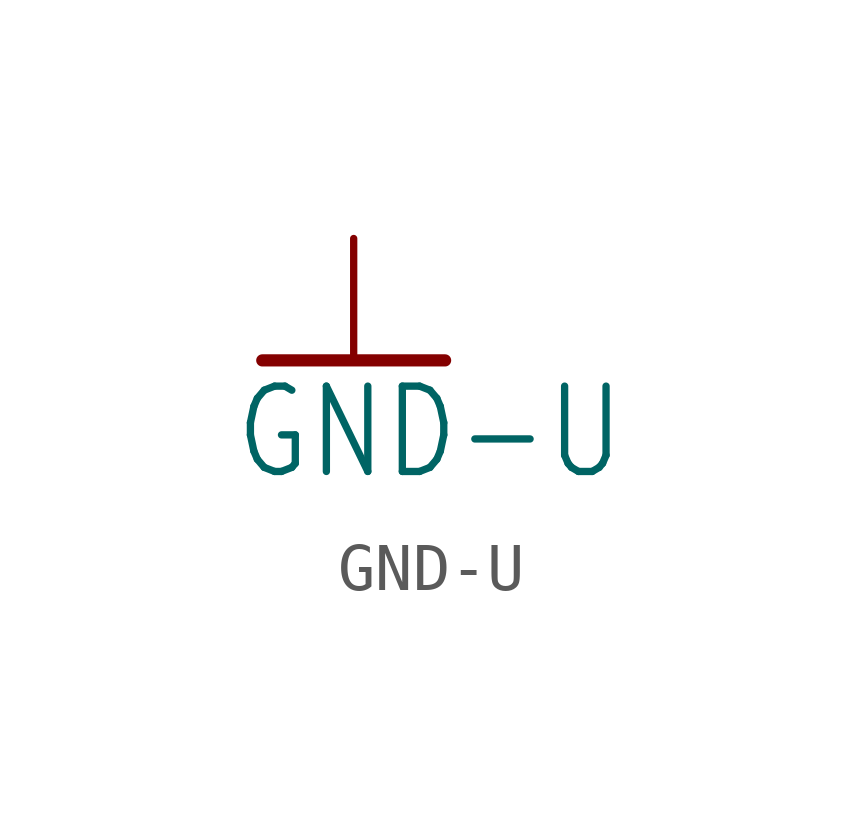
<source format=kicad_sym>
(kicad_symbol_lib
  (version 20211014)
  (generator kicad_symbol_editor)
  (symbol "GND-U"
    (power)
    (property "Reference" "#GND-U"
      (at 0 0 0)
      (effects (font (size 1.27 1.27)) hide))
    (property "Value" "GND-U"
      (at -2.54 -2.54 0)
      (effects (font (size 1.778 1.511)) (justify left bottom)))
    (property "ki_locked" ""
      (at 0 0 0)
      (effects (font (size 1.27 1.27))))
    (symbol "GND-U_1_0"
      (polyline (pts (xy -1.905 0) (xy 1.905 0)) (stroke (width 0.254) (type default) (color 0 0 0 0)) (fill (type none)))
      (pin power_in line (at 0 2.54 270) (length 2.54) (name "GND-U" (effects (font (size 0 0)))) (number "1" (effects (font (size 0 0))))))))
</source>
